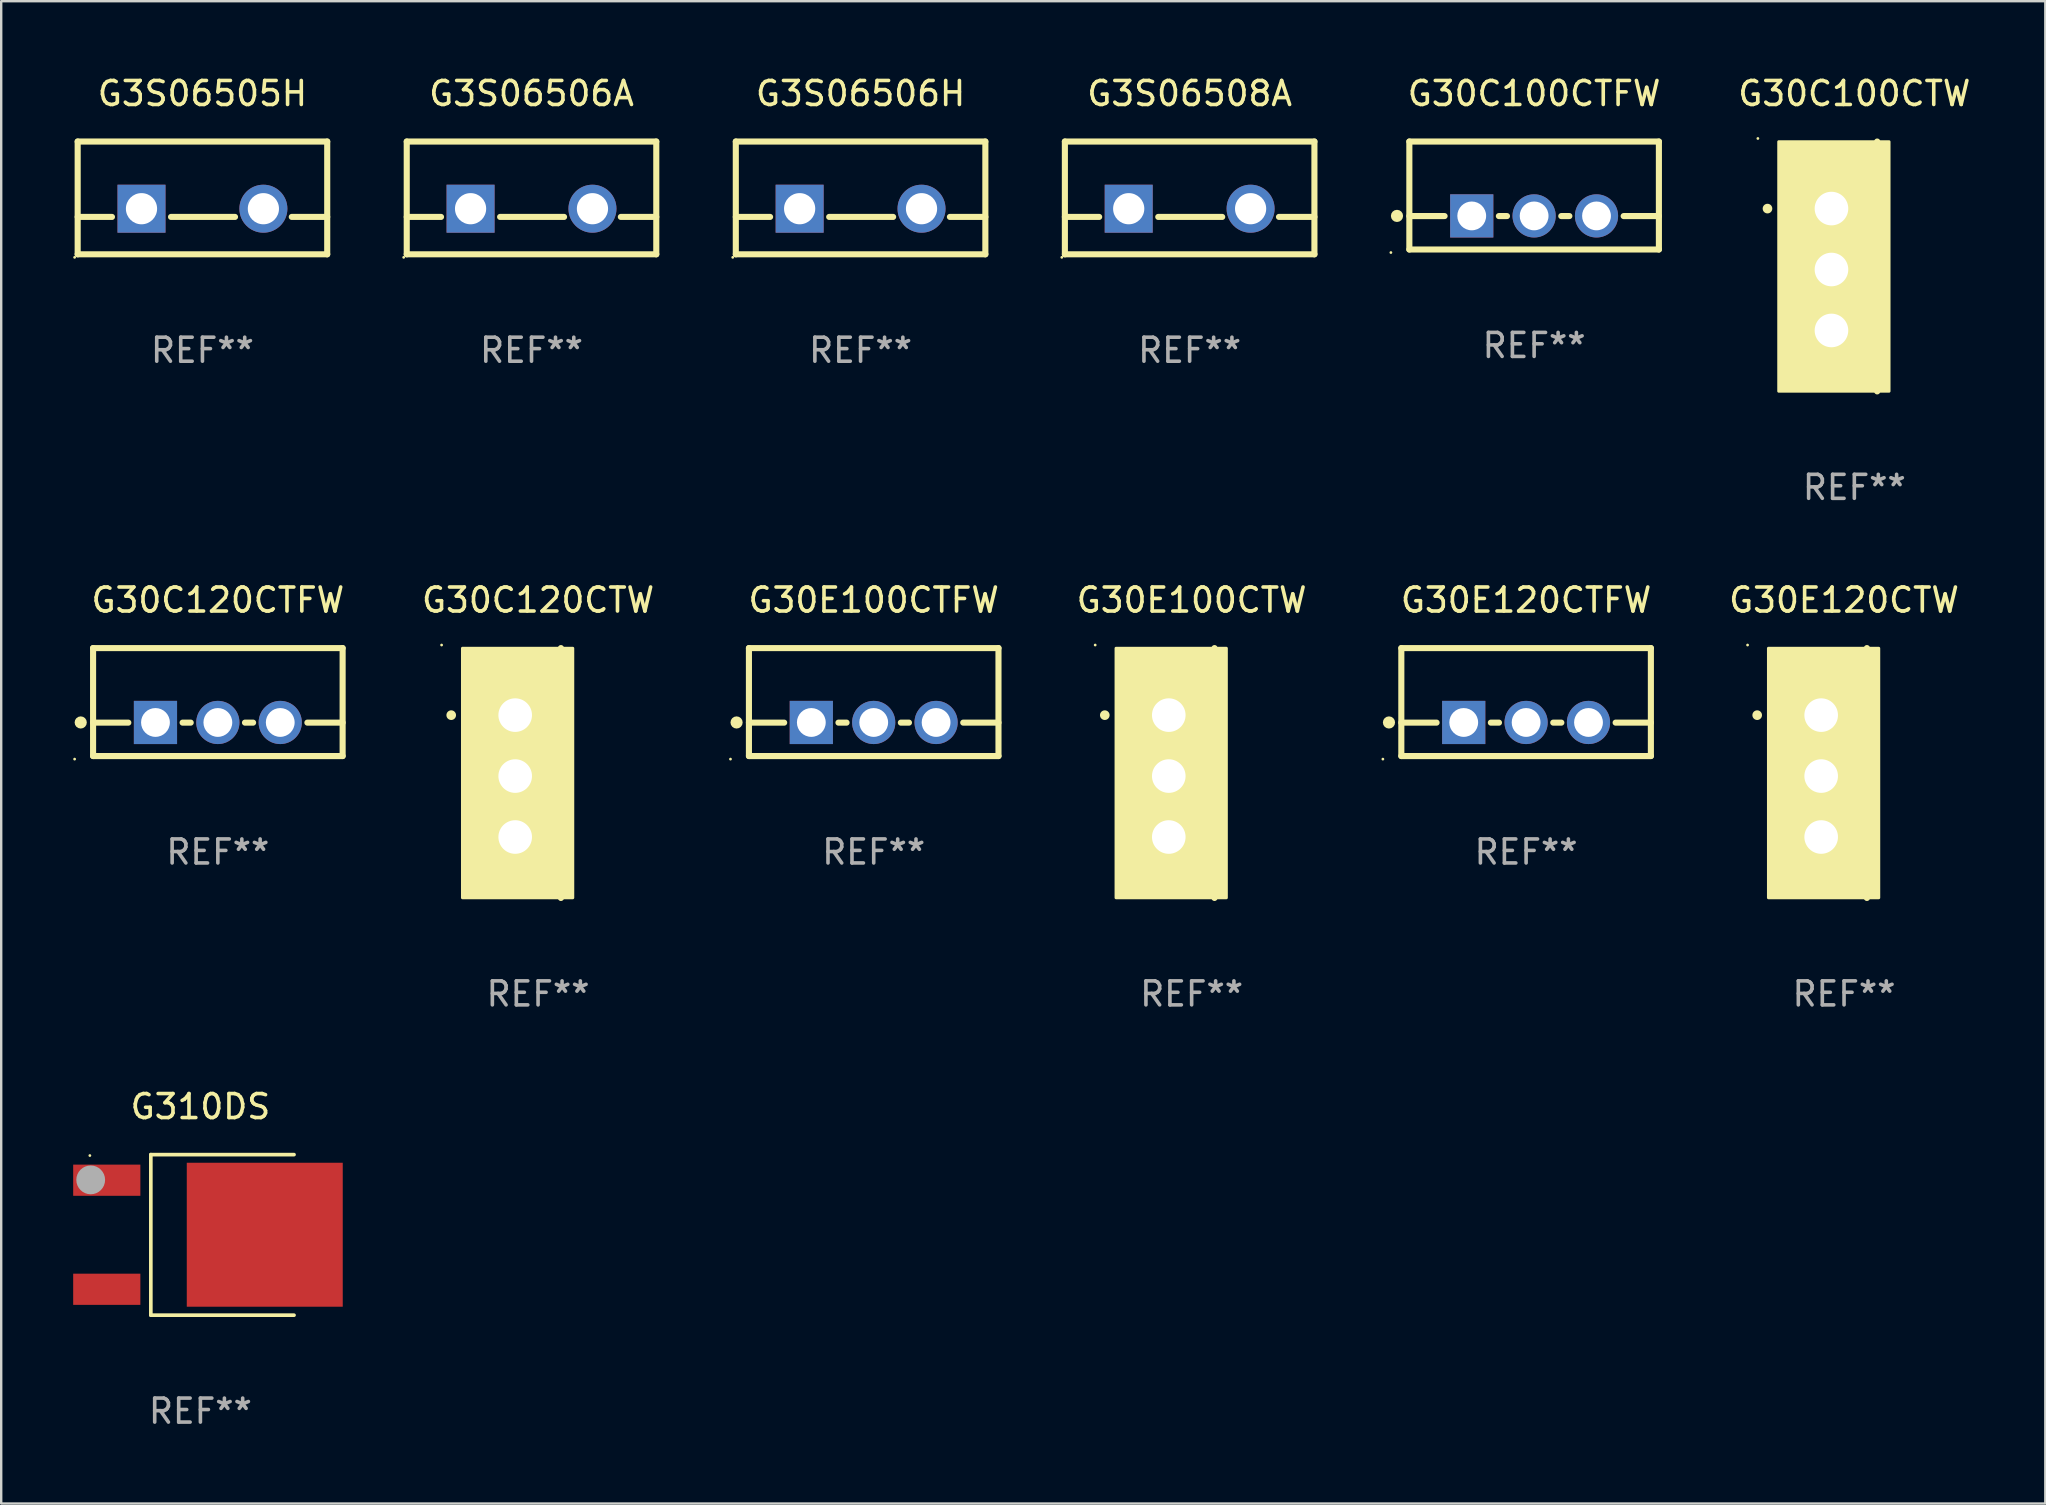
<source format=kicad_pcb>
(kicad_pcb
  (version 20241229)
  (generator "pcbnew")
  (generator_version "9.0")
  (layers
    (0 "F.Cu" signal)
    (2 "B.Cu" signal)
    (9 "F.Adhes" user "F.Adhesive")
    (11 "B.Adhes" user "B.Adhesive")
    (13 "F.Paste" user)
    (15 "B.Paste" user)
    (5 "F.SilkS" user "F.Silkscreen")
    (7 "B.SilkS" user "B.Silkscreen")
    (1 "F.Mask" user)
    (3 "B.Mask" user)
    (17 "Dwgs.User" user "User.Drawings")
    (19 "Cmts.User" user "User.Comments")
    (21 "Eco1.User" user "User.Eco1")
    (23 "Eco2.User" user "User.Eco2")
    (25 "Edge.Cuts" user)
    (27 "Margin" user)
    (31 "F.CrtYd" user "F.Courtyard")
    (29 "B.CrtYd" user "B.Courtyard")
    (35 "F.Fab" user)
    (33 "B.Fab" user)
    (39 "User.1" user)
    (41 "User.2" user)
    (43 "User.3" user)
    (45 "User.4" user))
  (footprint "G30C100CTW"
    (layer "F.Cu")
    (at 74.23 8.055)
    (property "Reference" "G30C100CTW" (at 0 -7.207 0) (layer "F.SilkS") (effects (font (size 1 1) (thickness 0.15))))
    (attr through_hole)
    (fp_line (start 0.953 5.207) (end 0.953 -5.207) (stroke (width 0.254) (type solid)) (layer "F.SilkS"))
    (fp_arc (start -3.619507 -2.410465) (mid -3.619511 -2.411735) (end -3.619507 -2.413005) (stroke (width 0.4) (type solid)) (layer "F.SilkS"))
    (fp_circle (center -4.02 -5.334) (end -3.99 -5.334) (stroke (width 0.06) (type solid)) (fill no) (layer "F.SilkS"))
    (fp_poly (pts (xy -3.152 -5.2) (xy 1.448 -5.2) (xy 1.448 5.2) (xy -3.152 5.2)) (stroke (width 0.12) (type solid)) (fill yes) (layer "F.SilkS"))
    (fp_text user "REF**" (at 0 9.207 0) (layer "F.Fab") (effects (font (size 1 1) (thickness 0.15))))
    (pad "1" thru_hole rect (at -0.953 -2.413 270) (size 2 2.5) (drill 1.4) (layers "*.Cu" "*.Mask"))
    (pad "2" thru_hole oval (at -0.953 0.127 270) (size 2 2.5) (drill 1.4) (layers "*.Cu" "*.Mask"))
    (pad "3" thru_hole oval (at -0.953 2.667 270) (size 2 2.5) (drill 1.4) (layers "*.Cu" "*.Mask")))
  (footprint "G3S06506H"
    (layer "F.Cu")
    (at 32.815 5.198)
    (property "Reference" "G3S06506H" (at 0 -4.35 0) (layer "F.SilkS") (effects (font (size 1 1) (thickness 0.15))))
    (attr through_hole)
    (fp_line (start -5.2 -2.35) (end -5.2 2.35) (stroke (width 0.254) (type solid)) (layer "F.SilkS"))
    (fp_line (start -5.2 -2.35) (end 5.2 -2.35) (stroke (width 0.254) (type solid)) (layer "F.SilkS"))
    (fp_line (start -5.2 0.792) (end -3.771 0.792) (stroke (width 0.254) (type solid)) (layer "F.SilkS"))
    (fp_line (start -5.2 2.35) (end 5.2 2.35) (stroke (width 0.254) (type solid)) (layer "F.SilkS"))
    (fp_line (start -1.309 0.792) (end 1.357 0.792) (stroke (width 0.254) (type solid)) (layer "F.SilkS"))
    (fp_line (start 3.723 0.792) (end 5.2 0.792) (stroke (width 0.254) (type solid)) (layer "F.SilkS"))
    (fp_line (start 5.2 -2.35) (end 5.2 2.35) (stroke (width 0.254) (type solid)) (layer "F.SilkS"))
    (fp_circle (center -5.327 2.477) (end -5.297 2.477) (stroke (width 0.06) (type solid)) (fill no) (layer "F.SilkS"))
    (fp_text user "REF**" (at 0 6.35 0) (layer "F.Fab") (effects (font (size 1 1) (thickness 0.15))))
    (pad "1" thru_hole rect (at -2.54 0.45) (size 2 2) (drill 1.3) (layers "*.Cu" "*.Mask"))
    (pad "2" thru_hole circle (at 2.54 0.45) (size 2 2) (drill 1.3) (layers "*.Cu" "*.Mask")))
  (footprint "G310DS"
    (layer "F.Cu")
    (at 5.302 48.415)
    (property "Reference" "G310DS" (at 0 -5.346 0) (layer "F.SilkS") (effects (font (size 1 1) (thickness 0.15))))
    (attr through_hole)
    (fp_line (start -2.066 -3.346) (end -2.066 3.346) (stroke (width 0.152) (type solid)) (layer "F.SilkS"))
    (fp_line (start 3.902 -3.346) (end -2.066 -3.346) (stroke (width 0.152) (type solid)) (layer "F.SilkS"))
    (fp_line (start 3.902 3.346) (end -2.066 3.346) (stroke (width 0.152) (type solid)) (layer "F.SilkS"))
    (fp_circle (center -4.607 -3.307) (end -4.577 -3.307) (stroke (width 0.06) (type solid)) (fill no) (layer "F.SilkS"))
    (fp_circle (center -4.572 -2.293) (end -4.272 -2.293) (stroke (width 0.6) (type solid)) (fill no) (layer "F.Fab"))
    (fp_text user "REF**" (at 0 7.346 0) (layer "F.Fab") (effects (font (size 1 1) (thickness 0.15))))
    (pad "1" smd rect (at -3.902 -2.279) (size 2.8 1.3) (layers "F.Cu" "F.Mask" "F.Paste"))
    (pad "2" smd rect (at 2.682 -0.007) (size 6.5 6) (layers "F.Cu" "F.Mask" "F.Paste"))
    (pad "3" smd rect (at -3.902 2.266) (size 2.8 1.3) (layers "F.Cu" "F.Mask" "F.Paste")))
  (footprint "G30E100CTW"
    (layer "F.Cu")
    (at 46.612 29.166)
    (property "Reference" "G30E100CTW" (at 0 -7.207 0) (layer "F.SilkS") (effects (font (size 1 1) (thickness 0.15))))
    (attr through_hole)
    (fp_line (start 0.953 5.207) (end 0.953 -5.207) (stroke (width 0.254) (type solid)) (layer "F.SilkS"))
    (fp_arc (start -3.619507 -2.410465) (mid -3.619511 -2.411735) (end -3.619507 -2.413005) (stroke (width 0.4) (type solid)) (layer "F.SilkS"))
    (fp_circle (center -4.02 -5.334) (end -3.99 -5.334) (stroke (width 0.06) (type solid)) (fill no) (layer "F.SilkS"))
    (fp_poly (pts (xy -3.152 -5.2) (xy 1.448 -5.2) (xy 1.448 5.2) (xy -3.152 5.2)) (stroke (width 0.12) (type solid)) (fill yes) (layer "F.SilkS"))
    (fp_text user "REF**" (at 0 9.207 0) (layer "F.Fab") (effects (font (size 1 1) (thickness 0.15))))
    (pad "1" thru_hole rect (at -0.953 -2.413 270) (size 2 2.5) (drill 1.4) (layers "*.Cu" "*.Mask"))
    (pad "2" thru_hole oval (at -0.953 0.127 270) (size 2 2.5) (drill 1.4) (layers "*.Cu" "*.Mask"))
    (pad "3" thru_hole oval (at -0.953 2.667 270) (size 2 2.5) (drill 1.4) (layers "*.Cu" "*.Mask")))
  (footprint "G3S06506A"
    (layer "F.Cu")
    (at 19.101 5.198)
    (property "Reference" "G3S06506A" (at 0 -4.35 0) (layer "F.SilkS") (effects (font (size 1 1) (thickness 0.15))))
    (attr through_hole)
    (fp_line (start -5.2 -2.35) (end -5.2 2.35) (stroke (width 0.254) (type solid)) (layer "F.SilkS"))
    (fp_line (start -5.2 -2.35) (end 5.2 -2.35) (stroke (width 0.254) (type solid)) (layer "F.SilkS"))
    (fp_line (start -5.2 0.792) (end -3.771 0.792) (stroke (width 0.254) (type solid)) (layer "F.SilkS"))
    (fp_line (start -5.2 2.35) (end 5.2 2.35) (stroke (width 0.254) (type solid)) (layer "F.SilkS"))
    (fp_line (start -1.309 0.792) (end 1.357 0.792) (stroke (width 0.254) (type solid)) (layer "F.SilkS"))
    (fp_line (start 3.723 0.792) (end 5.2 0.792) (stroke (width 0.254) (type solid)) (layer "F.SilkS"))
    (fp_line (start 5.2 -2.35) (end 5.2 2.35) (stroke (width 0.254) (type solid)) (layer "F.SilkS"))
    (fp_circle (center -5.327 2.477) (end -5.297 2.477) (stroke (width 0.06) (type solid)) (fill no) (layer "F.SilkS"))
    (fp_text user "REF**" (at 0 6.35 0) (layer "F.Fab") (effects (font (size 1 1) (thickness 0.15))))
    (pad "1" thru_hole rect (at -2.54 0.45) (size 2 2) (drill 1.3) (layers "*.Cu" "*.Mask"))
    (pad "2" thru_hole circle (at 2.54 0.45) (size 2 2) (drill 1.3) (layers "*.Cu" "*.Mask")))
  (footprint "G30E100CTFW"
    (layer "F.Cu")
    (at 33.362 26.209)
    (property "Reference" "G30E100CTFW" (at 0 -4.25 0) (layer "F.SilkS") (effects (font (size 1 1) (thickness 0.15))))
    (attr through_hole)
    (fp_line (start -5.2 -2.25) (end -5.2 2.25) (stroke (width 0.254) (type solid)) (layer "F.SilkS"))
    (fp_line (start -5.2 -2.25) (end 5.2 -2.25) (stroke (width 0.254) (type solid)) (layer "F.SilkS"))
    (fp_line (start -5.2 0.857) (end -3.731 0.857) (stroke (width 0.254) (type solid)) (layer "F.SilkS"))
    (fp_line (start -5.2 2.25) (end 5.2 2.25) (stroke (width 0.254) (type solid)) (layer "F.SilkS"))
    (fp_line (start -1.469 0.857) (end -1.131 0.857) (stroke (width 0.254) (type solid)) (layer "F.SilkS"))
    (fp_line (start 1.131 0.857) (end 1.469 0.857) (stroke (width 0.254) (type solid)) (layer "F.SilkS"))
    (fp_line (start 3.731 0.857) (end 5.2 0.857) (stroke (width 0.254) (type solid)) (layer "F.SilkS"))
    (fp_line (start 5.2 -2.25) (end 5.2 2.25) (stroke (width 0.254) (type solid)) (layer "F.SilkS"))
    (fp_circle (center -5.969 2.377) (end -5.939 2.377) (stroke (width 0.06) (type solid)) (fill no) (layer "F.SilkS"))
    (fp_circle (center -5.715 0.85) (end -5.588 0.85) (stroke (width 0.254) (type solid)) (fill no) (layer "F.SilkS"))
    (fp_text user "REF**" (at 0 6.25 0) (layer "F.Fab") (effects (font (size 1 1) (thickness 0.15))))
    (pad "1" thru_hole rect (at -2.6 0.85) (size 1.8 1.8) (drill 1.2) (layers "*.Cu" "*.Mask"))
    (pad "2" thru_hole circle (at 0 0.85) (size 1.8 1.8) (drill 1.2) (layers "*.Cu" "*.Mask"))
    (pad "3" thru_hole circle (at 2.6 0.85) (size 1.8 1.8) (drill 1.2) (layers "*.Cu" "*.Mask")))
  (footprint "G30E120CTFW"
    (layer "F.Cu")
    (at 60.551 26.209)
    (property "Reference" "G30E120CTFW" (at 0 -4.25 0) (layer "F.SilkS") (effects (font (size 1 1) (thickness 0.15))))
    (attr through_hole)
    (fp_line (start -5.2 -2.25) (end -5.2 2.25) (stroke (width 0.254) (type solid)) (layer "F.SilkS"))
    (fp_line (start -5.2 -2.25) (end 5.2 -2.25) (stroke (width 0.254) (type solid)) (layer "F.SilkS"))
    (fp_line (start -5.2 0.857) (end -3.731 0.857) (stroke (width 0.254) (type solid)) (layer "F.SilkS"))
    (fp_line (start -5.2 2.25) (end 5.2 2.25) (stroke (width 0.254) (type solid)) (layer "F.SilkS"))
    (fp_line (start -1.469 0.857) (end -1.131 0.857) (stroke (width 0.254) (type solid)) (layer "F.SilkS"))
    (fp_line (start 1.131 0.857) (end 1.469 0.857) (stroke (width 0.254) (type solid)) (layer "F.SilkS"))
    (fp_line (start 3.731 0.857) (end 5.2 0.857) (stroke (width 0.254) (type solid)) (layer "F.SilkS"))
    (fp_line (start 5.2 -2.25) (end 5.2 2.25) (stroke (width 0.254) (type solid)) (layer "F.SilkS"))
    (fp_circle (center -5.969 2.377) (end -5.939 2.377) (stroke (width 0.06) (type solid)) (fill no) (layer "F.SilkS"))
    (fp_circle (center -5.715 0.85) (end -5.588 0.85) (stroke (width 0.254) (type solid)) (fill no) (layer "F.SilkS"))
    (fp_text user "REF**" (at 0 6.25 0) (layer "F.Fab") (effects (font (size 1 1) (thickness 0.15))))
    (pad "1" thru_hole rect (at -2.6 0.85) (size 1.8 1.8) (drill 1.2) (layers "*.Cu" "*.Mask"))
    (pad "2" thru_hole circle (at 0 0.85) (size 1.8 1.8) (drill 1.2) (layers "*.Cu" "*.Mask"))
    (pad "3" thru_hole circle (at 2.6 0.85) (size 1.8 1.8) (drill 1.2) (layers "*.Cu" "*.Mask")))
  (footprint "G30E120CTW"
    (layer "F.Cu")
    (at 73.801 29.166)
    (property "Reference" "G30E120CTW" (at 0 -7.207 0) (layer "F.SilkS") (effects (font (size 1 1) (thickness 0.15))))
    (attr through_hole)
    (fp_line (start 0.953 5.207) (end 0.953 -5.207) (stroke (width 0.254) (type solid)) (layer "F.SilkS"))
    (fp_arc (start -3.619507 -2.410465) (mid -3.619511 -2.411735) (end -3.619507 -2.413005) (stroke (width 0.4) (type solid)) (layer "F.SilkS"))
    (fp_circle (center -4.02 -5.334) (end -3.99 -5.334) (stroke (width 0.06) (type solid)) (fill no) (layer "F.SilkS"))
    (fp_poly (pts (xy -3.152 -5.2) (xy 1.448 -5.2) (xy 1.448 5.2) (xy -3.152 5.2)) (stroke (width 0.12) (type solid)) (fill yes) (layer "F.SilkS"))
    (fp_text user "REF**" (at 0 9.207 0) (layer "F.Fab") (effects (font (size 1 1) (thickness 0.15))))
    (pad "1" thru_hole rect (at -0.953 -2.413 270) (size 2 2.5) (drill 1.4) (layers "*.Cu" "*.Mask"))
    (pad "2" thru_hole oval (at -0.953 0.127 270) (size 2 2.5) (drill 1.4) (layers "*.Cu" "*.Mask"))
    (pad "3" thru_hole oval (at -0.953 2.667 270) (size 2 2.5) (drill 1.4) (layers "*.Cu" "*.Mask")))
  (footprint "G30C120CTFW"
    (layer "F.Cu")
    (at 6.029 26.209)
    (property "Reference" "G30C120CTFW" (at 0 -4.25 0) (layer "F.SilkS") (effects (font (size 1 1) (thickness 0.15))))
    (attr through_hole)
    (fp_line (start -5.2 -2.25) (end -5.2 2.25) (stroke (width 0.254) (type solid)) (layer "F.SilkS"))
    (fp_line (start -5.2 -2.25) (end 5.2 -2.25) (stroke (width 0.254) (type solid)) (layer "F.SilkS"))
    (fp_line (start -5.2 0.857) (end -3.731 0.857) (stroke (width 0.254) (type solid)) (layer "F.SilkS"))
    (fp_line (start -5.2 2.25) (end 5.2 2.25) (stroke (width 0.254) (type solid)) (layer "F.SilkS"))
    (fp_line (start -1.469 0.857) (end -1.131 0.857) (stroke (width 0.254) (type solid)) (layer "F.SilkS"))
    (fp_line (start 1.131 0.857) (end 1.469 0.857) (stroke (width 0.254) (type solid)) (layer "F.SilkS"))
    (fp_line (start 3.731 0.857) (end 5.2 0.857) (stroke (width 0.254) (type solid)) (layer "F.SilkS"))
    (fp_line (start 5.2 -2.25) (end 5.2 2.25) (stroke (width 0.254) (type solid)) (layer "F.SilkS"))
    (fp_circle (center -5.969 2.377) (end -5.939 2.377) (stroke (width 0.06) (type solid)) (fill no) (layer "F.SilkS"))
    (fp_circle (center -5.715 0.85) (end -5.588 0.85) (stroke (width 0.254) (type solid)) (fill no) (layer "F.SilkS"))
    (fp_text user "REF**" (at 0 6.25 0) (layer "F.Fab") (effects (font (size 1 1) (thickness 0.15))))
    (pad "1" thru_hole rect (at -2.6 0.85) (size 1.8 1.8) (drill 1.2) (layers "*.Cu" "*.Mask"))
    (pad "2" thru_hole circle (at 0 0.85) (size 1.8 1.8) (drill 1.2) (layers "*.Cu" "*.Mask"))
    (pad "3" thru_hole circle (at 2.6 0.85) (size 1.8 1.8) (drill 1.2) (layers "*.Cu" "*.Mask")))
  (footprint "G3S06505H"
    (layer "F.Cu")
    (at 5.387 5.198)
    (property "Reference" "G3S06505H" (at 0 -4.35 0) (layer "F.SilkS") (effects (font (size 1 1) (thickness 0.15))))
    (attr through_hole)
    (fp_line (start -5.2 -2.35) (end -5.2 2.35) (stroke (width 0.254) (type solid)) (layer "F.SilkS"))
    (fp_line (start -5.2 -2.35) (end 5.2 -2.35) (stroke (width 0.254) (type solid)) (layer "F.SilkS"))
    (fp_line (start -5.2 0.792) (end -3.771 0.792) (stroke (width 0.254) (type solid)) (layer "F.SilkS"))
    (fp_line (start -5.2 2.35) (end 5.2 2.35) (stroke (width 0.254) (type solid)) (layer "F.SilkS"))
    (fp_line (start -1.309 0.792) (end 1.357 0.792) (stroke (width 0.254) (type solid)) (layer "F.SilkS"))
    (fp_line (start 3.723 0.792) (end 5.2 0.792) (stroke (width 0.254) (type solid)) (layer "F.SilkS"))
    (fp_line (start 5.2 -2.35) (end 5.2 2.35) (stroke (width 0.254) (type solid)) (layer "F.SilkS"))
    (fp_circle (center -5.327 2.477) (end -5.297 2.477) (stroke (width 0.06) (type solid)) (fill no) (layer "F.SilkS"))
    (fp_text user "REF**" (at 0 6.35 0) (layer "F.Fab") (effects (font (size 1 1) (thickness 0.15))))
    (pad "1" thru_hole rect (at -2.54 0.45) (size 2 2) (drill 1.3) (layers "*.Cu" "*.Mask"))
    (pad "2" thru_hole circle (at 2.54 0.45) (size 2 2) (drill 1.3) (layers "*.Cu" "*.Mask")))
  (footprint "G30C100CTFW"
    (layer "F.Cu")
    (at 60.885 5.098)
    (property "Reference" "G30C100CTFW" (at 0 -4.25 0) (layer "F.SilkS") (effects (font (size 1 1) (thickness 0.15))))
    (attr through_hole)
    (fp_line (start -5.2 -2.25) (end -5.2 2.25) (stroke (width 0.254) (type solid)) (layer "F.SilkS"))
    (fp_line (start -5.2 -2.25) (end 5.2 -2.25) (stroke (width 0.254) (type solid)) (layer "F.SilkS"))
    (fp_line (start -5.2 0.857) (end -3.731 0.857) (stroke (width 0.254) (type solid)) (layer "F.SilkS"))
    (fp_line (start -5.2 2.25) (end 5.2 2.25) (stroke (width 0.254) (type solid)) (layer "F.SilkS"))
    (fp_line (start -1.469 0.857) (end -1.131 0.857) (stroke (width 0.254) (type solid)) (layer "F.SilkS"))
    (fp_line (start 1.131 0.857) (end 1.469 0.857) (stroke (width 0.254) (type solid)) (layer "F.SilkS"))
    (fp_line (start 3.731 0.857) (end 5.2 0.857) (stroke (width 0.254) (type solid)) (layer "F.SilkS"))
    (fp_line (start 5.2 -2.25) (end 5.2 2.25) (stroke (width 0.254) (type solid)) (layer "F.SilkS"))
    (fp_circle (center -5.969 2.377) (end -5.939 2.377) (stroke (width 0.06) (type solid)) (fill no) (layer "F.SilkS"))
    (fp_circle (center -5.715 0.85) (end -5.588 0.85) (stroke (width 0.254) (type solid)) (fill no) (layer "F.SilkS"))
    (fp_text user "REF**" (at 0 6.25 0) (layer "F.Fab") (effects (font (size 1 1) (thickness 0.15))))
    (pad "1" thru_hole rect (at -2.6 0.85) (size 1.8 1.8) (drill 1.2) (layers "*.Cu" "*.Mask"))
    (pad "2" thru_hole circle (at 0 0.85) (size 1.8 1.8) (drill 1.2) (layers "*.Cu" "*.Mask"))
    (pad "3" thru_hole circle (at 2.6 0.85) (size 1.8 1.8) (drill 1.2) (layers "*.Cu" "*.Mask")))
  (footprint "G3S06508A"
    (layer "F.Cu")
    (at 46.529 5.198)
    (property "Reference" "G3S06508A" (at 0 -4.35 0) (layer "F.SilkS") (effects (font (size 1 1) (thickness 0.15))))
    (attr through_hole)
    (fp_line (start -5.2 -2.35) (end -5.2 2.35) (stroke (width 0.254) (type solid)) (layer "F.SilkS"))
    (fp_line (start -5.2 -2.35) (end 5.2 -2.35) (stroke (width 0.254) (type solid)) (layer "F.SilkS"))
    (fp_line (start -5.2 0.792) (end -3.771 0.792) (stroke (width 0.254) (type solid)) (layer "F.SilkS"))
    (fp_line (start -5.2 2.35) (end 5.2 2.35) (stroke (width 0.254) (type solid)) (layer "F.SilkS"))
    (fp_line (start -1.309 0.792) (end 1.357 0.792) (stroke (width 0.254) (type solid)) (layer "F.SilkS"))
    (fp_line (start 3.723 0.792) (end 5.2 0.792) (stroke (width 0.254) (type solid)) (layer "F.SilkS"))
    (fp_line (start 5.2 -2.35) (end 5.2 2.35) (stroke (width 0.254) (type solid)) (layer "F.SilkS"))
    (fp_circle (center -5.327 2.477) (end -5.297 2.477) (stroke (width 0.06) (type solid)) (fill no) (layer "F.SilkS"))
    (fp_text user "REF**" (at 0 6.35 0) (layer "F.Fab") (effects (font (size 1 1) (thickness 0.15))))
    (pad "1" thru_hole rect (at -2.54 0.45) (size 2 2) (drill 1.3) (layers "*.Cu" "*.Mask"))
    (pad "2" thru_hole circle (at 2.54 0.45) (size 2 2) (drill 1.3) (layers "*.Cu" "*.Mask")))
  (footprint "G30C120CTW"
    (layer "F.Cu")
    (at 19.374 29.166)
    (property "Reference" "G30C120CTW" (at 0 -7.207 0) (layer "F.SilkS") (effects (font (size 1 1) (thickness 0.15))))
    (attr through_hole)
    (fp_line (start 0.953 5.207) (end 0.953 -5.207) (stroke (width 0.254) (type solid)) (layer "F.SilkS"))
    (fp_arc (start -3.619507 -2.410465) (mid -3.619511 -2.411735) (end -3.619507 -2.413005) (stroke (width 0.4) (type solid)) (layer "F.SilkS"))
    (fp_circle (center -4.02 -5.334) (end -3.99 -5.334) (stroke (width 0.06) (type solid)) (fill no) (layer "F.SilkS"))
    (fp_poly (pts (xy -3.152 -5.2) (xy 1.448 -5.2) (xy 1.448 5.2) (xy -3.152 5.2)) (stroke (width 0.12) (type solid)) (fill yes) (layer "F.SilkS"))
    (fp_text user "REF**" (at 0 9.207 0) (layer "F.Fab") (effects (font (size 1 1) (thickness 0.15))))
    (pad "1" thru_hole rect (at -0.953 -2.413 270) (size 2 2.5) (drill 1.4) (layers "*.Cu" "*.Mask"))
    (pad "2" thru_hole oval (at -0.953 0.127 270) (size 2 2.5) (drill 1.4) (layers "*.Cu" "*.Mask"))
    (pad "3" thru_hole oval (at -0.953 2.667 270) (size 2 2.5) (drill 1.4) (layers "*.Cu" "*.Mask")))
  (gr_rect
    (start -3 -3)
    (end 82.189 59.61)
    (stroke (width 0.1) (type default))
    (fill no)
    (layer "Edge.Cuts")))
</source>
